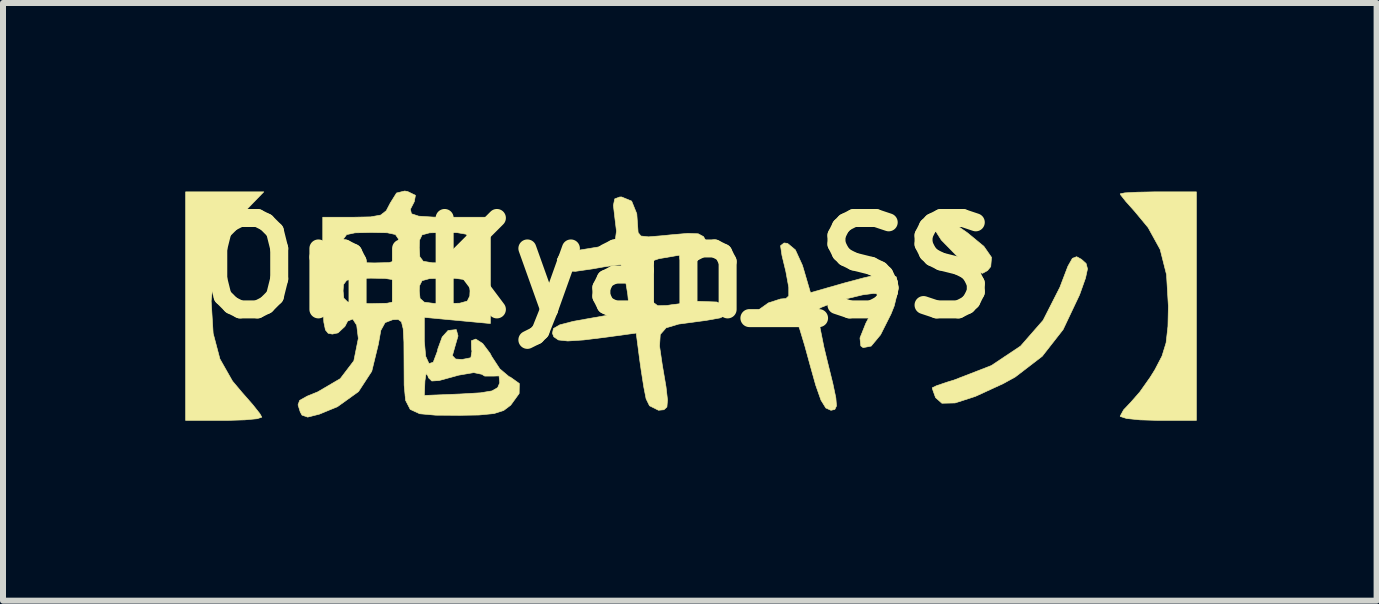
<source format=kicad_pcb>
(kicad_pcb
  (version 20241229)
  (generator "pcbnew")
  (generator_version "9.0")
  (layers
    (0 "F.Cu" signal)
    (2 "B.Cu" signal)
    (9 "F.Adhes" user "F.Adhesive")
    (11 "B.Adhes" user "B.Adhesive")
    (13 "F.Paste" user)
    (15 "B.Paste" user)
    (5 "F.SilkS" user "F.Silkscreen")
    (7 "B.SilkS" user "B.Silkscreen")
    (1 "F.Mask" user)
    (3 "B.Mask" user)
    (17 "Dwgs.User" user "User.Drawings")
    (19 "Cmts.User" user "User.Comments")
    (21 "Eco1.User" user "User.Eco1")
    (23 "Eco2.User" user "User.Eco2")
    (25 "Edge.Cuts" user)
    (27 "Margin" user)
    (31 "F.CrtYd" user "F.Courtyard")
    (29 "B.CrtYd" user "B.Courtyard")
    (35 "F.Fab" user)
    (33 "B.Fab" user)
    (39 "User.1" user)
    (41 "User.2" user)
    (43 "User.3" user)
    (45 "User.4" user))
  (footprint "OniKyan_SS"
    (layer "F.Cu")
    (at 6.902 1.418)
    (property "Reference" "OniKyan_SS" (at 0 0 0) (layer "F.SilkS") (effects (font (size 1.524 1.524) (thickness 0.3))))
    (attr through_hole)
    (fp_poly (pts (xy 5.949 -0.744) (xy 6.172 -0.589) (xy 6.449 -0.361) (xy 6.576 -0.178) (xy 6.563 -0.024) (xy 6.51 0.042) (xy 6.427 0.088) (xy 6.317 0.055) (xy 6.147 -0.071) (xy 5.981 -0.219) (xy 5.739 -0.467) (xy 5.623 -0.649) (xy 5.619 -0.72) (xy 5.681 -0.819) (xy 5.78 -0.829) (xy 5.949 -0.744)) (stroke (width 0.01) (type solid)) (fill yes) (layer "F.SilkS"))
    (fp_poly (pts (xy -5.821 -0.995) (xy -6.172 -0.513) (xy -6.378 0.048) (xy -6.432 0.55) (xy -6.399 1.088) (xy -6.286 1.516) (xy -6.077 1.884) (xy -5.92 2.071) (xy -5.741 2.275) (xy -5.62 2.428) (xy -5.588 2.486) (xy -5.666 2.512) (xy -5.871 2.531) (xy -6.164 2.54) (xy -6.223 2.54) (xy -6.858 2.54) (xy -6.858 -1.27) (xy -5.555 -1.27) (xy -5.821 -0.995)) (stroke (width 0.01) (type solid)) (fill yes) (layer "F.SilkS"))
    (fp_poly (pts (xy 8.074 -0.146) (xy 8.153 -0.075) (xy 8.176 0.014) (xy 8.143 0.167) (xy 8.05 0.429) (xy 8.042 0.45) (xy 7.769 1.026) (xy 7.421 1.471) (xy 6.97 1.817) (xy 6.77 1.927) (xy 6.306 2.14) (xy 5.968 2.249) (xy 5.749 2.254) (xy 5.643 2.16) (xy 5.596 2.029) (xy 5.588 1.996) (xy 5.661 1.961) (xy 5.845 1.899) (xy 5.948 1.868) (xy 6.572 1.626) (xy 7.061 1.3) (xy 7.436 0.871) (xy 7.716 0.32) (xy 7.747 0.238) (xy 7.849 -0.029) (xy 7.924 -0.162) (xy 7.995 -0.189) (xy 8.074 -0.146)) (stroke (width 0.01) (type solid)) (fill yes) (layer "F.SilkS"))
    (fp_poly (pts (xy 9.991 2.54) (xy 9.356 2.54) (xy 9.052 2.531) (xy 8.828 2.508) (xy 8.723 2.475) (xy 8.721 2.468) (xy 8.777 2.365) (xy 8.899 2.236) (xy 9.047 2.067) (xy 9.221 1.821) (xy 9.3 1.694) (xy 9.418 1.467) (xy 9.486 1.246) (xy 9.517 0.971) (xy 9.524 0.636) (xy 9.493 0.109) (xy 9.387 -0.31) (xy 9.186 -0.675) (xy 8.964 -0.943) (xy 8.814 -1.111) (xy 8.728 -1.22) (xy 8.721 -1.237) (xy 8.798 -1.253) (xy 9.004 -1.264) (xy 9.296 -1.27) (xy 9.356 -1.27) (xy 9.991 -1.27) (xy 9.991 2.54)) (stroke (width 0.01) (type solid)) (fill yes) (layer "F.SilkS"))
    (fp_poly (pts (xy 3.176 -0.411) (xy 3.306 -0.303) (xy 3.423 -0.047) (xy 3.442 0.015) (xy 3.558 0.411) (xy 4.128 0.248) (xy 4.435 0.166) (xy 4.69 0.107) (xy 4.838 0.085) (xy 4.988 0.148) (xy 5.027 0.332) (xy 4.954 0.632) (xy 4.901 0.765) (xy 4.726 1.113) (xy 4.57 1.301) (xy 4.436 1.327) (xy 4.397 1.298) (xy 4.383 1.166) (xy 4.482 0.918) (xy 4.535 0.819) (xy 4.656 0.59) (xy 4.694 0.471) (xy 4.656 0.427) (xy 4.61 0.423) (xy 4.428 0.447) (xy 4.177 0.507) (xy 3.925 0.582) (xy 3.741 0.654) (xy 3.699 0.679) (xy 3.69 0.781) (xy 3.72 1.008) (xy 3.783 1.322) (xy 3.839 1.554) (xy 3.931 1.926) (xy 3.981 2.164) (xy 3.992 2.298) (xy 3.964 2.357) (xy 3.902 2.371) (xy 3.898 2.371) (xy 3.814 2.333) (xy 3.733 2.202) (xy 3.645 1.952) (xy 3.555 1.63) (xy 3.463 1.295) (xy 3.381 1.023) (xy 3.323 0.856) (xy 3.307 0.826) (xy 3.197 0.804) (xy 3.002 0.836) (xy 2.987 0.84) (xy 2.788 0.876) (xy 2.691 0.827) (xy 2.675 0.794) (xy 2.711 0.685) (xy 2.857 0.581) (xy 3.058 0.516) (xy 3.149 0.508) (xy 3.196 0.465) (xy 3.196 0.322) (xy 3.147 0.055) (xy 3.083 -0.21) (xy 3.059 -0.372) (xy 3.118 -0.418) (xy 3.176 -0.411)) (stroke (width 0.01) (type solid)) (fill yes) (layer "F.SilkS"))
    (fp_poly (pts (xy 0.577 -1.116) (xy 0.663 -0.904) (xy 0.677 -0.706) (xy 0.685 -0.592) (xy 0.732 -0.534) (xy 0.858 -0.52) (xy 1.101 -0.54) (xy 1.215 -0.552) (xy 1.514 -0.578) (xy 1.687 -0.571) (xy 1.775 -0.524) (xy 1.81 -0.462) (xy 1.844 -0.37) (xy 1.836 -0.314) (xy 1.752 -0.277) (xy 1.56 -0.242) (xy 1.312 -0.204) (xy 1.032 -0.156) (xy 0.883 -0.106) (xy 0.827 -0.032) (xy 0.828 0.085) (xy 0.869 0.391) (xy 0.921 0.561) (xy 1.012 0.628) (xy 1.166 0.624) (xy 1.249 0.611) (xy 1.689 0.555) (xy 1.996 0.566) (xy 2.16 0.641) (xy 2.183 0.69) (xy 2.166 0.774) (xy 2.053 0.831) (xy 1.813 0.874) (xy 1.713 0.887) (xy 1.362 0.934) (xy 1.151 0.997) (xy 1.054 1.108) (xy 1.042 1.301) (xy 1.087 1.609) (xy 1.09 1.627) (xy 1.15 1.98) (xy 1.175 2.199) (xy 1.165 2.316) (xy 1.115 2.362) (xy 1.025 2.371) (xy 0.875 2.296) (xy 0.818 2.18) (xy 0.78 1.987) (xy 0.736 1.705) (xy 0.712 1.537) (xy 0.653 1.084) (xy 0.178 1.149) (xy -0.223 1.199) (xy -0.488 1.216) (xy -0.644 1.199) (xy -0.721 1.146) (xy -0.743 1.088) (xy -0.727 1.009) (xy -0.621 0.947) (xy -0.397 0.889) (xy -0.153 0.845) (xy 0.154 0.791) (xy 0.392 0.744) (xy 0.515 0.713) (xy 0.52 0.71) (xy 0.53 0.623) (xy 0.512 0.437) (xy 0.476 0.217) (xy 0.433 0.031) (xy 0.398 -0.054) (xy 0.313 -0.049) (xy 0.111 -0.019) (xy -0.076 0.014) (xy -0.36 0.055) (xy -0.522 0.046) (xy -0.604 -0.015) (xy -0.665 -0.144) (xy -0.622 -0.221) (xy -0.45 -0.273) (xy -0.318 -0.295) (xy 0.017 -0.35) (xy 0.215 -0.405) (xy 0.307 -0.485) (xy 0.324 -0.616) (xy 0.3 -0.813) (xy 0.273 -1.044) (xy 0.295 -1.153) (xy 0.377 -1.184) (xy 0.409 -1.185) (xy 0.577 -1.116)) (stroke (width 0.01) (type solid)) (fill yes) (layer "F.SilkS"))
    (fp_poly (pts (xy -3.156 -1.275) (xy -3.027 -1.212) (xy -3.046 -1.106) (xy -3.049 -1.101) (xy -3.111 -0.98) (xy -3.094 -0.905) (xy -2.973 -0.865) (xy -2.726 -0.849) (xy -2.455 -0.847) (xy -1.778 -0.847) (xy -1.778 0.925) (xy -2.879 0.822) (xy -2.879 1.215) (xy -2.856 1.472) (xy -2.801 1.593) (xy -2.73 1.57) (xy -2.662 1.39) (xy -2.653 1.347) (xy -2.581 1.15) (xy -2.483 1.041) (xy -2.482 1.041) (xy -2.346 1.026) (xy -2.317 1.132) (xy -2.366 1.301) (xy -2.411 1.46) (xy -2.357 1.517) (xy -2.249 1.524) (xy -2.103 1.495) (xy -2.085 1.384) (xy -2.092 1.355) (xy -2.095 1.212) (xy -2.021 1.184) (xy -1.906 1.258) (xy -1.783 1.422) (xy -1.756 1.474) (xy -1.621 1.68) (xy -1.467 1.81) (xy -1.444 1.819) (xy -1.295 1.925) (xy -1.298 2.091) (xy -1.439 2.286) (xy -1.557 2.375) (xy -1.718 2.426) (xy -1.968 2.45) (xy -2.279 2.455) (xy -2.688 2.453) (xy -2.956 2.429) (xy -3.114 2.356) (xy -3.191 2.206) (xy -3.199 2.124) (xy -2.879 2.124) (xy -2.266 2.099) (xy -1.942 2.08) (xy -1.751 2.048) (xy -1.656 1.993) (xy -1.622 1.914) (xy -1.633 1.798) (xy -1.717 1.801) (xy -1.872 1.801) (xy -1.921 1.771) (xy -2.055 1.743) (xy -2.307 1.786) (xy -2.393 1.81) (xy -2.631 1.875) (xy -2.754 1.883) (xy -2.809 1.83) (xy -2.822 1.79) (xy -2.85 1.76) (xy -2.868 1.876) (xy -2.869 1.888) (xy -2.879 2.124) (xy -3.199 2.124) (xy -3.215 1.954) (xy -3.217 1.594) (xy -3.219 1.234) (xy -3.231 1.013) (xy -3.26 0.897) (xy -3.314 0.857) (xy -3.403 0.861) (xy -3.408 0.862) (xy -3.533 0.91) (xy -3.604 1.039) (xy -3.645 1.27) (xy -3.755 1.721) (xy -3.976 2.06) (xy -4.326 2.311) (xy -4.629 2.436) (xy -4.823 2.485) (xy -4.918 2.452) (xy -4.947 2.399) (xy -4.984 2.281) (xy -4.957 2.206) (xy -4.832 2.136) (xy -4.655 2.064) (xy -4.28 1.844) (xy -4.054 1.547) (xy -3.979 1.174) (xy -4.006 0.953) (xy -4.072 0.85) (xy -4.156 0.884) (xy -4.203 0.974) (xy -4.318 1.081) (xy -4.412 1.101) (xy -4.481 1.088) (xy -4.527 1.032) (xy -4.554 0.903) (xy -4.567 0.674) (xy -4.571 0.381) (xy -4.233 0.381) (xy -4.221 0.502) (xy -4.157 0.565) (xy -4 0.589) (xy -3.768 0.593) (xy -3.501 0.587) (xy -3.362 0.558) (xy -3.31 0.487) (xy -3.302 0.381) (xy -2.963 0.381) (xy -2.95 0.507) (xy -2.88 0.569) (xy -2.71 0.591) (xy -2.54 0.593) (xy -2.289 0.586) (xy -2.163 0.551) (xy -2.121 0.466) (xy -2.117 0.381) (xy -2.13 0.255) (xy -2.2 0.193) (xy -2.37 0.171) (xy -2.54 0.169) (xy -2.791 0.176) (xy -2.917 0.211) (xy -2.959 0.296) (xy -2.963 0.381) (xy -3.302 0.381) (xy -3.314 0.26) (xy -3.378 0.197) (xy -3.535 0.173) (xy -3.768 0.169) (xy -4.034 0.175) (xy -4.173 0.204) (xy -4.226 0.275) (xy -4.233 0.381) (xy -4.571 0.381) (xy -4.572 0.315) (xy -4.572 0.127) (xy -4.572 -0.395) (xy -4.233 -0.395) (xy -4.215 -0.224) (xy -4.135 -0.13) (xy -3.955 -0.091) (xy -3.711 -0.085) (xy -3.466 -0.091) (xy -3.346 -0.127) (xy -3.306 -0.222) (xy -3.302 -0.339) (xy -2.963 -0.339) (xy -2.954 -0.188) (xy -2.897 -0.113) (xy -2.749 -0.088) (xy -2.54 -0.085) (xy -2.289 -0.09) (xy -2.164 -0.124) (xy -2.121 -0.213) (xy -2.117 -0.339) (xy -2.126 -0.489) (xy -2.183 -0.564) (xy -2.331 -0.59) (xy -2.54 -0.593) (xy -2.791 -0.587) (xy -2.916 -0.553) (xy -2.959 -0.464) (xy -2.963 -0.339) (xy -3.302 -0.339) (xy -3.31 -0.484) (xy -3.361 -0.559) (xy -3.497 -0.588) (xy -3.761 -0.593) (xy -3.768 -0.593) (xy -4.035 -0.587) (xy -4.174 -0.557) (xy -4.226 -0.486) (xy -4.233 -0.395) (xy -4.572 -0.395) (xy -4.572 -0.847) (xy -4.06 -0.847) (xy -3.773 -0.853) (xy -3.606 -0.883) (xy -3.513 -0.956) (xy -3.446 -1.084) (xy -3.342 -1.251) (xy -3.206 -1.284) (xy -3.156 -1.275)) (stroke (width 0.01) (type solid)) (fill yes) (layer "F.SilkS")))
  (gr_rect
    (start -3 -3)
    (end 19.897 6.963)
    (stroke (width 0.1) (type default))
    (fill no)
    (layer "Edge.Cuts")))
</source>
